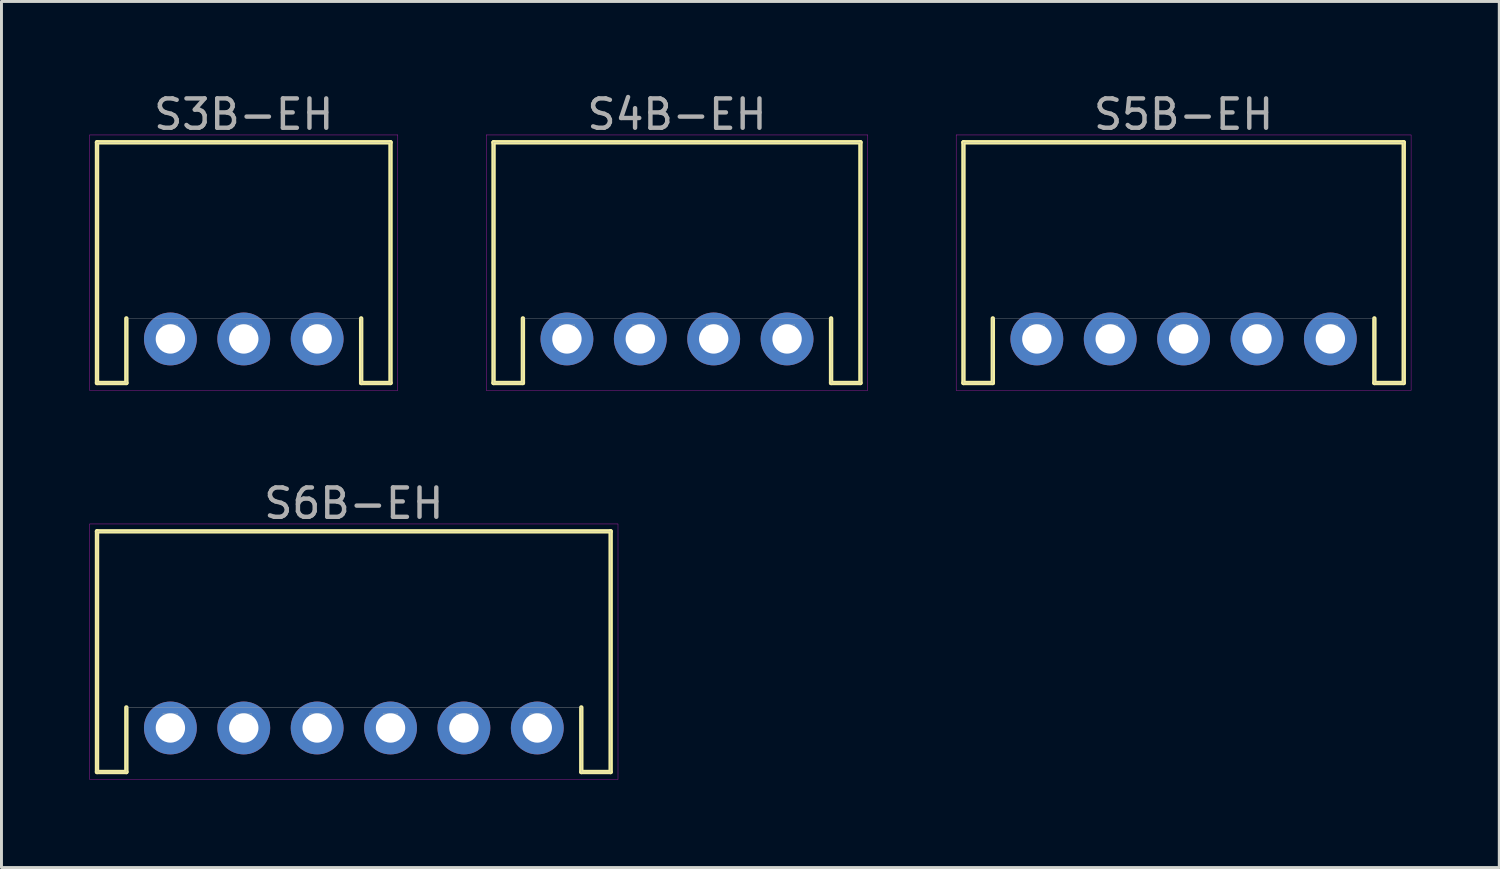
<source format=kicad_pcb>
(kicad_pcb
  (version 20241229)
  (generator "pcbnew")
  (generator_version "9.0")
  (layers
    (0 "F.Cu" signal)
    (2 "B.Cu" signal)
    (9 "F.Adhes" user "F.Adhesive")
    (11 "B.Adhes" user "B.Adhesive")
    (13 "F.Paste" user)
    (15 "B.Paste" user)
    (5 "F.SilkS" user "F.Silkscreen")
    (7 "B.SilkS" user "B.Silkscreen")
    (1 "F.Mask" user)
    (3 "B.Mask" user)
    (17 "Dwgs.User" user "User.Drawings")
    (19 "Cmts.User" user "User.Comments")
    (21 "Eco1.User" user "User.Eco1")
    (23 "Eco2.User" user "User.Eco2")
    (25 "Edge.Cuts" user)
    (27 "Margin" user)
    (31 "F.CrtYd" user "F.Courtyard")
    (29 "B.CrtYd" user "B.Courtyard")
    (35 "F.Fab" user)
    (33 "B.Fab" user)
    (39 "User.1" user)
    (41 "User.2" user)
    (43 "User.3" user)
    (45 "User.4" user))
  (footprint "S6B-EH"
    (layer "F.Cu")
    (at 9.005 21.752)
    (property "Reference" "S6B-EH" (at 0 -7.65 0) (layer "F.Fab") (effects (font (size 1 1) (thickness 0.15))))
    (attr through_hole)
    (fp_line (start -8.75 -6.7) (end -8.75 1.5) (stroke (width 0.15) (type solid)) (layer "F.SilkS"))
    (fp_line (start -8.75 -6.7) (end 8.75 -6.7) (stroke (width 0.15) (type solid)) (layer "F.SilkS"))
    (fp_line (start -8.75 1.5) (end -7.75 1.5) (stroke (width 0.15) (type solid)) (layer "F.SilkS"))
    (fp_line (start -7.75 1.5) (end -7.75 -0.7) (stroke (width 0.15) (type solid)) (layer "F.SilkS"))
    (fp_line (start 7.75 1.5) (end 7.75 -0.7) (stroke (width 0.15) (type solid)) (layer "F.SilkS"))
    (fp_line (start 8.75 -6.7) (end 8.75 1.5) (stroke (width 0.15) (type solid)) (layer "F.SilkS"))
    (fp_line (start 8.75 1.5) (end 7.75 1.5) (stroke (width 0.15) (type solid)) (layer "F.SilkS"))
    (fp_line (start -9 -6.95) (end 9 -6.95) (stroke (width 0.01) (type solid)) (layer "F.CrtYd"))
    (fp_line (start -9 1.75) (end -9 -6.95) (stroke (width 0.01) (type solid)) (layer "F.CrtYd"))
    (fp_line (start 9 -6.95) (end 9 1.75) (stroke (width 0.01) (type solid)) (layer "F.CrtYd"))
    (fp_line (start 9 1.75) (end -9 1.75) (stroke (width 0.01) (type solid)) (layer "F.CrtYd"))
    (fp_line (start -8.75 -6.7) (end -8.75 1.5) (stroke (width 0.01) (type solid)) (layer "F.Fab"))
    (fp_line (start -8.75 -6.7) (end 8.75 -6.7) (stroke (width 0.01) (type solid)) (layer "F.Fab"))
    (fp_line (start -8.75 1.5) (end -7.75 1.5) (stroke (width 0.01) (type solid)) (layer "F.Fab"))
    (fp_line (start -7.75 1.5) (end -7.75 -0.7) (stroke (width 0.01) (type solid)) (layer "F.Fab"))
    (fp_line (start -6.5 -0.5) (end -6 -0.5) (stroke (width 0.01) (type solid)) (layer "F.Fab"))
    (fp_line (start -6.5 -0.25) (end -6 -0.25) (stroke (width 0.01) (type solid)) (layer "F.Fab"))
    (fp_line (start -6.5 0.25) (end -6.5 -0.5) (stroke (width 0.01) (type solid)) (layer "F.Fab"))
    (fp_line (start -6 -0.5) (end -6 0.25) (stroke (width 0.01) (type solid)) (layer "F.Fab"))
    (fp_line (start -6 0.25) (end -6.5 0.25) (stroke (width 0.01) (type solid)) (layer "F.Fab"))
    (fp_line (start -4 -0.5) (end -3.5 -0.5) (stroke (width 0.01) (type solid)) (layer "F.Fab"))
    (fp_line (start -4 -0.25) (end -3.5 -0.25) (stroke (width 0.01) (type solid)) (layer "F.Fab"))
    (fp_line (start -4 0.25) (end -4 -0.5) (stroke (width 0.01) (type solid)) (layer "F.Fab"))
    (fp_line (start -3.5 -0.5) (end -3.5 0.25) (stroke (width 0.01) (type solid)) (layer "F.Fab"))
    (fp_line (start -3.5 0.25) (end -4 0.25) (stroke (width 0.01) (type solid)) (layer "F.Fab"))
    (fp_line (start -1.5 -0.5) (end -1 -0.5) (stroke (width 0.01) (type solid)) (layer "F.Fab"))
    (fp_line (start -1.5 -0.25) (end -1 -0.25) (stroke (width 0.01) (type solid)) (layer "F.Fab"))
    (fp_line (start -1.5 0.25) (end -1.5 -0.5) (stroke (width 0.01) (type solid)) (layer "F.Fab"))
    (fp_line (start -1 -0.5) (end -1 0.25) (stroke (width 0.01) (type solid)) (layer "F.Fab"))
    (fp_line (start -1 0.25) (end -1.5 0.25) (stroke (width 0.01) (type solid)) (layer "F.Fab"))
    (fp_line (start 1 -0.5) (end 1.5 -0.5) (stroke (width 0.01) (type solid)) (layer "F.Fab"))
    (fp_line (start 1 -0.25) (end 1.5 -0.25) (stroke (width 0.01) (type solid)) (layer "F.Fab"))
    (fp_line (start 1 0.25) (end 1 -0.5) (stroke (width 0.01) (type solid)) (layer "F.Fab"))
    (fp_line (start 1.5 -0.5) (end 1.5 0.25) (stroke (width 0.01) (type solid)) (layer "F.Fab"))
    (fp_line (start 1.5 0.25) (end 1 0.25) (stroke (width 0.01) (type solid)) (layer "F.Fab"))
    (fp_line (start 3.5 -0.5) (end 4 -0.5) (stroke (width 0.01) (type solid)) (layer "F.Fab"))
    (fp_line (start 3.5 -0.25) (end 4 -0.25) (stroke (width 0.01) (type solid)) (layer "F.Fab"))
    (fp_line (start 3.5 0.25) (end 3.5 -0.5) (stroke (width 0.01) (type solid)) (layer "F.Fab"))
    (fp_line (start 4 -0.5) (end 4 0.25) (stroke (width 0.01) (type solid)) (layer "F.Fab"))
    (fp_line (start 4 0.25) (end 3.5 0.25) (stroke (width 0.01) (type solid)) (layer "F.Fab"))
    (fp_line (start 6 -0.5) (end 6.5 -0.5) (stroke (width 0.01) (type solid)) (layer "F.Fab"))
    (fp_line (start 6 -0.25) (end 6.5 -0.25) (stroke (width 0.01) (type solid)) (layer "F.Fab"))
    (fp_line (start 6 0.25) (end 6 -0.5) (stroke (width 0.01) (type solid)) (layer "F.Fab"))
    (fp_line (start 6.5 -0.5) (end 6.5 0.25) (stroke (width 0.01) (type solid)) (layer "F.Fab"))
    (fp_line (start 6.5 0.25) (end 6 0.25) (stroke (width 0.01) (type solid)) (layer "F.Fab"))
    (fp_line (start 7.75 -0.7) (end -7.75 -0.7) (stroke (width 0.01) (type solid)) (layer "F.Fab"))
    (fp_line (start 7.75 1.5) (end 7.75 -0.7) (stroke (width 0.01) (type solid)) (layer "F.Fab"))
    (fp_line (start 8.75 -6.7) (end 8.75 1.5) (stroke (width 0.01) (type solid)) (layer "F.Fab"))
    (fp_line (start 8.75 1.5) (end 7.75 1.5) (stroke (width 0.01) (type solid)) (layer "F.Fab"))
    (pad "1" thru_hole circle (at 6.25 0) (size 1.8 1.8) (drill 1) (layers "*.Cu" "*.Mask"))
    (pad "2" thru_hole circle (at 3.75 0) (size 1.8 1.8) (drill 1) (layers "*.Cu" "*.Mask"))
    (pad "3" thru_hole circle (at 1.25 0) (size 1.8 1.8) (drill 1) (layers "*.Cu" "*.Mask"))
    (pad "4" thru_hole circle (at -1.25 0) (size 1.8 1.8) (drill 1) (layers "*.Cu" "*.Mask"))
    (pad "5" thru_hole circle (at -3.75 0) (size 1.8 1.8) (drill 1) (layers "*.Cu" "*.Mask"))
    (pad "6" thru_hole circle (at -6.25 0) (size 1.8 1.8) (drill 1) (layers "*.Cu" "*.Mask")))
  (footprint "S3B-EH"
    (layer "F.Cu")
    (at 5.255 8.498)
    (property "Reference" "S3B-EH" (at 0 -7.65 0) (layer "F.Fab") (effects (font (size 1 1) (thickness 0.15))))
    (attr through_hole)
    (fp_line (start -5 -6.7) (end -5 1.5) (stroke (width 0.15) (type solid)) (layer "F.SilkS"))
    (fp_line (start -5 -6.7) (end 5 -6.7) (stroke (width 0.15) (type solid)) (layer "F.SilkS"))
    (fp_line (start -5 1.5) (end -4 1.5) (stroke (width 0.15) (type solid)) (layer "F.SilkS"))
    (fp_line (start -4 1.5) (end -4 -0.7) (stroke (width 0.15) (type solid)) (layer "F.SilkS"))
    (fp_line (start 4 1.5) (end 4 -0.7) (stroke (width 0.15) (type solid)) (layer "F.SilkS"))
    (fp_line (start 5 -6.7) (end 5 1.5) (stroke (width 0.15) (type solid)) (layer "F.SilkS"))
    (fp_line (start 5 1.5) (end 4 1.5) (stroke (width 0.15) (type solid)) (layer "F.SilkS"))
    (fp_line (start -5.25 -6.95) (end 5.25 -6.95) (stroke (width 0.01) (type solid)) (layer "F.CrtYd"))
    (fp_line (start -5.25 1.75) (end -5.25 -6.95) (stroke (width 0.01) (type solid)) (layer "F.CrtYd"))
    (fp_line (start 5.25 -6.95) (end 5.25 1.75) (stroke (width 0.01) (type solid)) (layer "F.CrtYd"))
    (fp_line (start 5.25 1.75) (end -5.25 1.75) (stroke (width 0.01) (type solid)) (layer "F.CrtYd"))
    (fp_line (start -5 -6.7) (end -5 1.5) (stroke (width 0.01) (type solid)) (layer "F.Fab"))
    (fp_line (start -5 -6.7) (end 5 -6.7) (stroke (width 0.01) (type solid)) (layer "F.Fab"))
    (fp_line (start -5 1.5) (end -4 1.5) (stroke (width 0.01) (type solid)) (layer "F.Fab"))
    (fp_line (start -4 1.5) (end -4 -0.7) (stroke (width 0.01) (type solid)) (layer "F.Fab"))
    (fp_line (start -2.75 -0.5) (end -2.25 -0.5) (stroke (width 0.01) (type solid)) (layer "F.Fab"))
    (fp_line (start -2.75 -0.25) (end -2.25 -0.25) (stroke (width 0.01) (type solid)) (layer "F.Fab"))
    (fp_line (start -2.75 0.25) (end -2.75 -0.5) (stroke (width 0.01) (type solid)) (layer "F.Fab"))
    (fp_line (start -2.25 -0.5) (end -2.25 0.25) (stroke (width 0.01) (type solid)) (layer "F.Fab"))
    (fp_line (start -2.25 0.25) (end -2.75 0.25) (stroke (width 0.01) (type solid)) (layer "F.Fab"))
    (fp_line (start -0.25 -0.5) (end 0.25 -0.5) (stroke (width 0.01) (type solid)) (layer "F.Fab"))
    (fp_line (start -0.25 -0.25) (end 0.25 -0.25) (stroke (width 0.01) (type solid)) (layer "F.Fab"))
    (fp_line (start -0.25 0.25) (end -0.25 -0.5) (stroke (width 0.01) (type solid)) (layer "F.Fab"))
    (fp_line (start 0.25 -0.5) (end 0.25 0.25) (stroke (width 0.01) (type solid)) (layer "F.Fab"))
    (fp_line (start 0.25 0.25) (end -0.25 0.25) (stroke (width 0.01) (type solid)) (layer "F.Fab"))
    (fp_line (start 2.25 -0.5) (end 2.75 -0.5) (stroke (width 0.01) (type solid)) (layer "F.Fab"))
    (fp_line (start 2.25 -0.25) (end 2.75 -0.25) (stroke (width 0.01) (type solid)) (layer "F.Fab"))
    (fp_line (start 2.25 0.25) (end 2.25 -0.5) (stroke (width 0.01) (type solid)) (layer "F.Fab"))
    (fp_line (start 2.75 -0.5) (end 2.75 0.25) (stroke (width 0.01) (type solid)) (layer "F.Fab"))
    (fp_line (start 2.75 0.25) (end 2.25 0.25) (stroke (width 0.01) (type solid)) (layer "F.Fab"))
    (fp_line (start 4 -0.7) (end -4 -0.7) (stroke (width 0.01) (type solid)) (layer "F.Fab"))
    (fp_line (start 4 1.5) (end 4 -0.7) (stroke (width 0.01) (type solid)) (layer "F.Fab"))
    (fp_line (start 5 -6.7) (end 5 1.5) (stroke (width 0.01) (type solid)) (layer "F.Fab"))
    (fp_line (start 5 1.5) (end 4 1.5) (stroke (width 0.01) (type solid)) (layer "F.Fab"))
    (pad "1" thru_hole circle (at 2.5 0) (size 1.8 1.8) (drill 1) (layers "*.Cu" "*.Mask"))
    (pad "2" thru_hole circle (at 0 0) (size 1.8 1.8) (drill 1) (layers "*.Cu" "*.Mask"))
    (pad "3" thru_hole circle (at -2.5 0) (size 1.8 1.8) (drill 1) (layers "*.Cu" "*.Mask")))
  (footprint "S5B-EH"
    (layer "F.Cu")
    (at 37.275 8.498)
    (property "Reference" "S5B-EH" (at 0 -7.65 0) (layer "F.Fab") (effects (font (size 1 1) (thickness 0.15))))
    (attr through_hole)
    (fp_line (start -7.5 -6.7) (end -7.5 1.5) (stroke (width 0.15) (type solid)) (layer "F.SilkS"))
    (fp_line (start -7.5 -6.7) (end 7.5 -6.7) (stroke (width 0.15) (type solid)) (layer "F.SilkS"))
    (fp_line (start -7.5 1.5) (end -6.5 1.5) (stroke (width 0.15) (type solid)) (layer "F.SilkS"))
    (fp_line (start -6.5 1.5) (end -6.5 -0.7) (stroke (width 0.15) (type solid)) (layer "F.SilkS"))
    (fp_line (start 6.5 1.5) (end 6.5 -0.7) (stroke (width 0.15) (type solid)) (layer "F.SilkS"))
    (fp_line (start 7.5 -6.7) (end 7.5 1.5) (stroke (width 0.15) (type solid)) (layer "F.SilkS"))
    (fp_line (start 7.5 1.5) (end 6.5 1.5) (stroke (width 0.15) (type solid)) (layer "F.SilkS"))
    (fp_line (start -7.75 -6.95) (end 7.75 -6.95) (stroke (width 0.01) (type solid)) (layer "F.CrtYd"))
    (fp_line (start -7.75 1.75) (end -7.75 -6.95) (stroke (width 0.01) (type solid)) (layer "F.CrtYd"))
    (fp_line (start 7.75 -6.95) (end 7.75 1.75) (stroke (width 0.01) (type solid)) (layer "F.CrtYd"))
    (fp_line (start 7.75 1.75) (end -7.75 1.75) (stroke (width 0.01) (type solid)) (layer "F.CrtYd"))
    (fp_line (start -7.5 -6.7) (end -7.5 1.5) (stroke (width 0.01) (type solid)) (layer "F.Fab"))
    (fp_line (start -7.5 -6.7) (end 7.5 -6.7) (stroke (width 0.01) (type solid)) (layer "F.Fab"))
    (fp_line (start -7.5 1.5) (end -6.5 1.5) (stroke (width 0.01) (type solid)) (layer "F.Fab"))
    (fp_line (start -6.5 1.5) (end -6.5 -0.7) (stroke (width 0.01) (type solid)) (layer "F.Fab"))
    (fp_line (start -5.25 -0.5) (end -4.75 -0.5) (stroke (width 0.01) (type solid)) (layer "F.Fab"))
    (fp_line (start -5.25 -0.25) (end -4.75 -0.25) (stroke (width 0.01) (type solid)) (layer "F.Fab"))
    (fp_line (start -5.25 0.25) (end -5.25 -0.5) (stroke (width 0.01) (type solid)) (layer "F.Fab"))
    (fp_line (start -4.75 -0.5) (end -4.75 0.25) (stroke (width 0.01) (type solid)) (layer "F.Fab"))
    (fp_line (start -4.75 0.25) (end -5.25 0.25) (stroke (width 0.01) (type solid)) (layer "F.Fab"))
    (fp_line (start -2.75 -0.5) (end -2.25 -0.5) (stroke (width 0.01) (type solid)) (layer "F.Fab"))
    (fp_line (start -2.75 -0.25) (end -2.25 -0.25) (stroke (width 0.01) (type solid)) (layer "F.Fab"))
    (fp_line (start -2.75 0.25) (end -2.75 -0.5) (stroke (width 0.01) (type solid)) (layer "F.Fab"))
    (fp_line (start -2.25 -0.5) (end -2.25 0.25) (stroke (width 0.01) (type solid)) (layer "F.Fab"))
    (fp_line (start -2.25 0.25) (end -2.75 0.25) (stroke (width 0.01) (type solid)) (layer "F.Fab"))
    (fp_line (start -0.25 -0.5) (end 0.25 -0.5) (stroke (width 0.01) (type solid)) (layer "F.Fab"))
    (fp_line (start -0.25 -0.25) (end 0.25 -0.25) (stroke (width 0.01) (type solid)) (layer "F.Fab"))
    (fp_line (start -0.25 0.25) (end -0.25 -0.5) (stroke (width 0.01) (type solid)) (layer "F.Fab"))
    (fp_line (start 0.25 -0.5) (end 0.25 0.25) (stroke (width 0.01) (type solid)) (layer "F.Fab"))
    (fp_line (start 0.25 0.25) (end -0.25 0.25) (stroke (width 0.01) (type solid)) (layer "F.Fab"))
    (fp_line (start 2.25 -0.5) (end 2.75 -0.5) (stroke (width 0.01) (type solid)) (layer "F.Fab"))
    (fp_line (start 2.25 -0.25) (end 2.75 -0.25) (stroke (width 0.01) (type solid)) (layer "F.Fab"))
    (fp_line (start 2.25 0.25) (end 2.25 -0.5) (stroke (width 0.01) (type solid)) (layer "F.Fab"))
    (fp_line (start 2.75 -0.5) (end 2.75 0.25) (stroke (width 0.01) (type solid)) (layer "F.Fab"))
    (fp_line (start 2.75 0.25) (end 2.25 0.25) (stroke (width 0.01) (type solid)) (layer "F.Fab"))
    (fp_line (start 4.75 -0.5) (end 5.25 -0.5) (stroke (width 0.01) (type solid)) (layer "F.Fab"))
    (fp_line (start 4.75 -0.25) (end 5.25 -0.25) (stroke (width 0.01) (type solid)) (layer "F.Fab"))
    (fp_line (start 4.75 0.25) (end 4.75 -0.5) (stroke (width 0.01) (type solid)) (layer "F.Fab"))
    (fp_line (start 5.25 -0.5) (end 5.25 0.25) (stroke (width 0.01) (type solid)) (layer "F.Fab"))
    (fp_line (start 5.25 0.25) (end 4.75 0.25) (stroke (width 0.01) (type solid)) (layer "F.Fab"))
    (fp_line (start 6.5 -0.7) (end -6.5 -0.7) (stroke (width 0.01) (type solid)) (layer "F.Fab"))
    (fp_line (start 6.5 1.5) (end 6.5 -0.7) (stroke (width 0.01) (type solid)) (layer "F.Fab"))
    (fp_line (start 7.5 -6.7) (end 7.5 1.5) (stroke (width 0.01) (type solid)) (layer "F.Fab"))
    (fp_line (start 7.5 1.5) (end 6.5 1.5) (stroke (width 0.01) (type solid)) (layer "F.Fab"))
    (pad "1" thru_hole circle (at 5 0) (size 1.8 1.8) (drill 1) (layers "*.Cu" "*.Mask"))
    (pad "2" thru_hole circle (at 2.5 0) (size 1.8 1.8) (drill 1) (layers "*.Cu" "*.Mask"))
    (pad "3" thru_hole circle (at 0 0) (size 1.8 1.8) (drill 1) (layers "*.Cu" "*.Mask"))
    (pad "4" thru_hole circle (at -2.5 0) (size 1.8 1.8) (drill 1) (layers "*.Cu" "*.Mask"))
    (pad "5" thru_hole circle (at -5 0) (size 1.8 1.8) (drill 1) (layers "*.Cu" "*.Mask")))
  (footprint "S4B-EH"
    (layer "F.Cu")
    (at 20.015 8.498)
    (property "Reference" "S4B-EH" (at 0 -7.65 0) (layer "F.Fab") (effects (font (size 1 1) (thickness 0.15))))
    (attr through_hole)
    (fp_line (start -6.25 -6.7) (end -6.25 1.5) (stroke (width 0.15) (type solid)) (layer "F.SilkS"))
    (fp_line (start -6.25 -6.7) (end 6.25 -6.7) (stroke (width 0.15) (type solid)) (layer "F.SilkS"))
    (fp_line (start -6.25 1.5) (end -5.25 1.5) (stroke (width 0.15) (type solid)) (layer "F.SilkS"))
    (fp_line (start -5.25 1.5) (end -5.25 -0.7) (stroke (width 0.15) (type solid)) (layer "F.SilkS"))
    (fp_line (start 5.25 1.5) (end 5.25 -0.7) (stroke (width 0.15) (type solid)) (layer "F.SilkS"))
    (fp_line (start 6.25 -6.7) (end 6.25 1.5) (stroke (width 0.15) (type solid)) (layer "F.SilkS"))
    (fp_line (start 6.25 1.5) (end 5.25 1.5) (stroke (width 0.15) (type solid)) (layer "F.SilkS"))
    (fp_line (start -6.5 -6.95) (end 6.5 -6.95) (stroke (width 0.01) (type solid)) (layer "F.CrtYd"))
    (fp_line (start -6.5 1.75) (end -6.5 -6.95) (stroke (width 0.01) (type solid)) (layer "F.CrtYd"))
    (fp_line (start 6.5 -6.95) (end 6.5 1.75) (stroke (width 0.01) (type solid)) (layer "F.CrtYd"))
    (fp_line (start 6.5 1.75) (end -6.5 1.75) (stroke (width 0.01) (type solid)) (layer "F.CrtYd"))
    (fp_line (start -6.25 -6.7) (end -6.25 1.5) (stroke (width 0.01) (type solid)) (layer "F.Fab"))
    (fp_line (start -6.25 -6.7) (end 6.25 -6.7) (stroke (width 0.01) (type solid)) (layer "F.Fab"))
    (fp_line (start -6.25 1.5) (end -5.25 1.5) (stroke (width 0.01) (type solid)) (layer "F.Fab"))
    (fp_line (start -5.25 1.5) (end -5.25 -0.7) (stroke (width 0.01) (type solid)) (layer "F.Fab"))
    (fp_line (start -4 -0.5) (end -3.5 -0.5) (stroke (width 0.01) (type solid)) (layer "F.Fab"))
    (fp_line (start -4 -0.25) (end -3.5 -0.25) (stroke (width 0.01) (type solid)) (layer "F.Fab"))
    (fp_line (start -4 0.25) (end -4 -0.5) (stroke (width 0.01) (type solid)) (layer "F.Fab"))
    (fp_line (start -3.5 -0.5) (end -3.5 0.25) (stroke (width 0.01) (type solid)) (layer "F.Fab"))
    (fp_line (start -3.5 0.25) (end -4 0.25) (stroke (width 0.01) (type solid)) (layer "F.Fab"))
    (fp_line (start -1.5 -0.5) (end -1 -0.5) (stroke (width 0.01) (type solid)) (layer "F.Fab"))
    (fp_line (start -1.5 -0.25) (end -1 -0.25) (stroke (width 0.01) (type solid)) (layer "F.Fab"))
    (fp_line (start -1.5 0.25) (end -1.5 -0.5) (stroke (width 0.01) (type solid)) (layer "F.Fab"))
    (fp_line (start -1 -0.5) (end -1 0.25) (stroke (width 0.01) (type solid)) (layer "F.Fab"))
    (fp_line (start -1 0.25) (end -1.5 0.25) (stroke (width 0.01) (type solid)) (layer "F.Fab"))
    (fp_line (start 1 -0.5) (end 1.5 -0.5) (stroke (width 0.01) (type solid)) (layer "F.Fab"))
    (fp_line (start 1 -0.25) (end 1.5 -0.25) (stroke (width 0.01) (type solid)) (layer "F.Fab"))
    (fp_line (start 1 0.25) (end 1 -0.5) (stroke (width 0.01) (type solid)) (layer "F.Fab"))
    (fp_line (start 1.5 -0.5) (end 1.5 0.25) (stroke (width 0.01) (type solid)) (layer "F.Fab"))
    (fp_line (start 1.5 0.25) (end 1 0.25) (stroke (width 0.01) (type solid)) (layer "F.Fab"))
    (fp_line (start 3.5 -0.5) (end 4 -0.5) (stroke (width 0.01) (type solid)) (layer "F.Fab"))
    (fp_line (start 3.5 -0.25) (end 4 -0.25) (stroke (width 0.01) (type solid)) (layer "F.Fab"))
    (fp_line (start 3.5 0.25) (end 3.5 -0.5) (stroke (width 0.01) (type solid)) (layer "F.Fab"))
    (fp_line (start 4 -0.5) (end 4 0.25) (stroke (width 0.01) (type solid)) (layer "F.Fab"))
    (fp_line (start 4 0.25) (end 3.5 0.25) (stroke (width 0.01) (type solid)) (layer "F.Fab"))
    (fp_line (start 5.25 -0.7) (end -5.25 -0.7) (stroke (width 0.01) (type solid)) (layer "F.Fab"))
    (fp_line (start 5.25 1.5) (end 5.25 -0.7) (stroke (width 0.01) (type solid)) (layer "F.Fab"))
    (fp_line (start 6.25 -6.7) (end 6.25 1.5) (stroke (width 0.01) (type solid)) (layer "F.Fab"))
    (fp_line (start 6.25 1.5) (end 5.25 1.5) (stroke (width 0.01) (type solid)) (layer "F.Fab"))
    (pad "1" thru_hole circle (at 3.75 0) (size 1.8 1.8) (drill 1) (layers "*.Cu" "*.Mask"))
    (pad "2" thru_hole circle (at 1.25 0) (size 1.8 1.8) (drill 1) (layers "*.Cu" "*.Mask"))
    (pad "3" thru_hole circle (at -1.25 0) (size 1.8 1.8) (drill 1) (layers "*.Cu" "*.Mask"))
    (pad "4" thru_hole circle (at -3.75 0) (size 1.8 1.8) (drill 1) (layers "*.Cu" "*.Mask")))
  (gr_rect
    (start -3 -3)
    (end 48.03 26.506)
    (stroke (width 0.1) (type default))
    (fill no)
    (layer "Edge.Cuts")))
</source>
